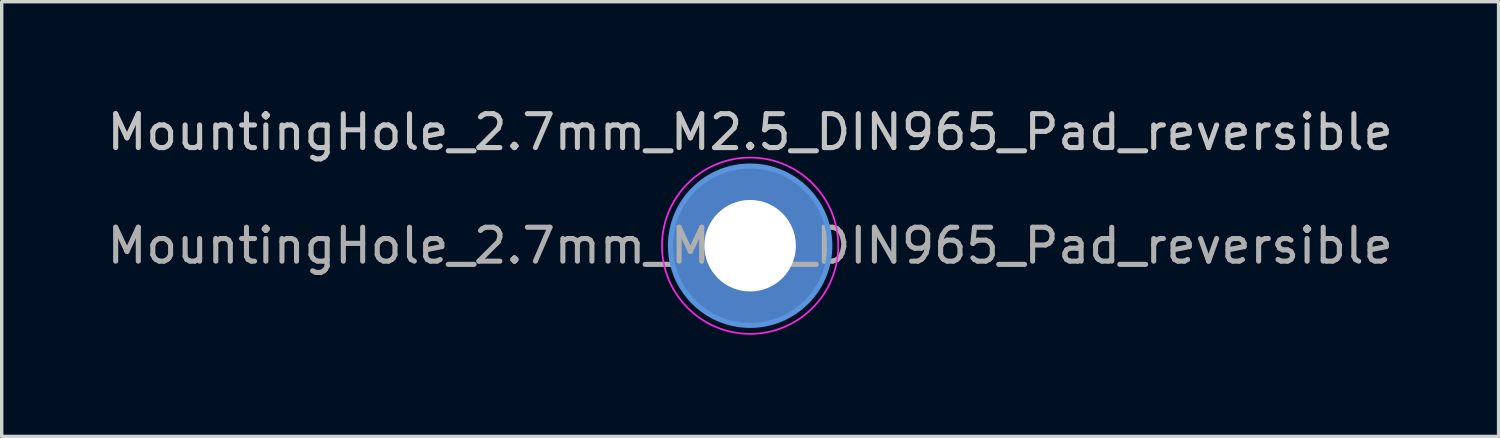
<source format=kicad_pcb>
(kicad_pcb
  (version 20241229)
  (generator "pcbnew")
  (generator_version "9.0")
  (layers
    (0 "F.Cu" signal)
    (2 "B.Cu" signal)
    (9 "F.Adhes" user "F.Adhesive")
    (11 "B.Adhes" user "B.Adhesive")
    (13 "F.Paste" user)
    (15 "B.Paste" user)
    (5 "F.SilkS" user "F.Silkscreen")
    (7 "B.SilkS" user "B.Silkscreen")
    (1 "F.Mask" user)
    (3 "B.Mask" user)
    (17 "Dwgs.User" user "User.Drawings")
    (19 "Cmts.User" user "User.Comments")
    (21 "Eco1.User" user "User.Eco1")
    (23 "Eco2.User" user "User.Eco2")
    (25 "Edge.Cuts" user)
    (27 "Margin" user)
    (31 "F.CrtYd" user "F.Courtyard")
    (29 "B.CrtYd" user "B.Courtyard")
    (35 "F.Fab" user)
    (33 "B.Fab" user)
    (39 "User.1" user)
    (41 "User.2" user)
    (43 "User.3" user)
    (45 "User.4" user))
  (footprint "MountingHole_2.7mm_M2.5_DIN965_Pad_reversible"
    (layer "F.Cu")
    (at 19.077 4.198)
    (property "Reference" "MountingHole_2.7mm_M2.5_DIN965_Pad_reversible" (at 0 -3.35 0) (layer "Dwgs.User") (effects (font (size 1 1) (thickness 0.15))))
    (attr exclude_from_pos_files exclude_from_bom)
    (fp_circle (center 0 0) (end 2.35 0) (stroke (width 0.15) (type solid)) (fill no) (layer "Cmts.User"))
    (fp_circle (center 0 0) (end 2.6 0) (stroke (width 0.05) (type solid)) (fill no) (layer "F.CrtYd"))
    (fp_text user "${REFERENCE}" (at 0 0 0) (layer "F.Fab") (effects (font (size 1 1) (thickness 0.15))))
    (pad "1" thru_hole circle (at 0 0) (size 4.7 4.7) (drill 2.7) (layers "*.Cu" "*.Mask")))
  (gr_rect
    (start -3 -3)
    (end 41.155 9.823)
    (stroke (width 0.1) (type default))
    (fill no)
    (layer "Edge.Cuts")))
</source>
